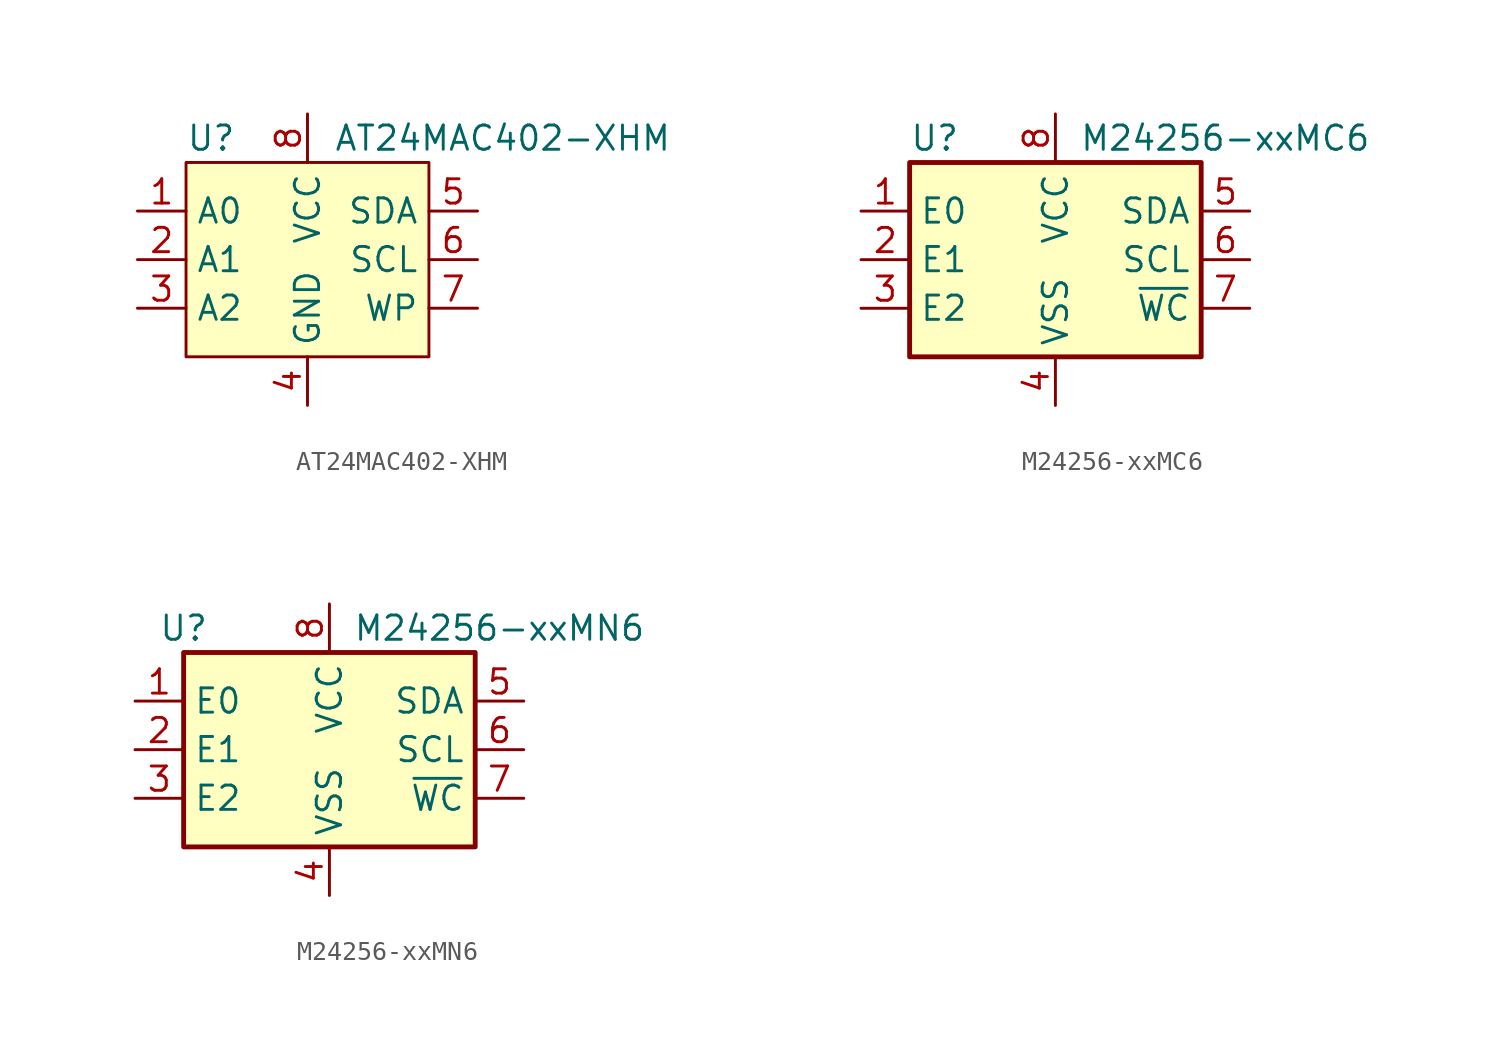
<source format=kicad_sym>
(kicad_symbol_lib
  (version 20220914)
  (generator kicad_symbol_editor)
  (symbol "AT24MAC402-XHM"
    (property "Reference" "U"
      (at -6.35 6.35 0)
      (effects (font (size 1.27 1.27)) (justify left)))
    (property "Value" "AT24MAC402-XHM"
      (at 19.05 6.35 0)
      (effects (font (size 1.27 1.27)) (justify right)))
    (symbol "AT24MAC402-XHM_1_1"
      (rectangle (start -6.35 5.08) (end 6.35 -5.08) (stroke (width 0) (type default)) (fill (type background)))
      (pin input line (at -8.89 2.54 0) (length 2.54) (name "A0" (effects (font (size 1.27 1.27)))) (number "1" (effects (font (size 1.27 1.27)))))
      (pin input line (at -8.89 0 0) (length 2.54) (name "A1" (effects (font (size 1.27 1.27)))) (number "2" (effects (font (size 1.27 1.27)))))
      (pin input line (at -8.89 -2.54 0) (length 2.54) (name "A2" (effects (font (size 1.27 1.27)))) (number "3" (effects (font (size 1.27 1.27)))))
      (pin power_in line (at 0 -7.62 90) (length 2.54) (name "GND" (effects (font (size 1.27 1.27)))) (number "4" (effects (font (size 1.27 1.27)))))
      (pin bidirectional line (at 8.89 2.54 180) (length 2.54) (name "SDA" (effects (font (size 1.27 1.27)))) (number "5" (effects (font (size 1.27 1.27)))))
      (pin input line (at 8.89 0 180) (length 2.54) (name "SCL" (effects (font (size 1.27 1.27)))) (number "6" (effects (font (size 1.27 1.27)))))
      (pin input line (at 8.89 -2.54 180) (length 2.54) (name "WP" (effects (font (size 1.27 1.27)))) (number "7" (effects (font (size 1.27 1.27)))))
      (pin power_in line (at 0 7.62 270) (length 2.54) (name "VCC" (effects (font (size 1.27 1.27)))) (number "8" (effects (font (size 1.27 1.27)))))))
  (symbol "M24256-xxMC6"
    (property "Reference" "U"
      (at -7.62 6.35 0)
      (effects (font (size 1.27 1.27)) (justify left)))
    (property "Value" "M24256-xxMC6"
      (at 16.51 6.35 0)
      (effects (font (size 1.27 1.27)) (justify right)))
    (symbol "M24256-xxMC6_0_1"
      (rectangle (start -7.62 5.08) (end 7.62 -5.08) (stroke (width 0.254) (type default)) (fill (type background))))
    (symbol "M24256-xxMC6_1_1"
      (pin input line (at -10.16 2.54 0) (length 2.54) (name "E0" (effects (font (size 1.27 1.27)))) (number "1" (effects (font (size 1.27 1.27)))))
      (pin input line (at -10.16 0 0) (length 2.54) (name "E1" (effects (font (size 1.27 1.27)))) (number "2" (effects (font (size 1.27 1.27)))))
      (pin input line (at -10.16 -2.54 0) (length 2.54) (name "E2" (effects (font (size 1.27 1.27)))) (number "3" (effects (font (size 1.27 1.27)))))
      (pin power_in line (at 0 -7.62 90) (length 2.54) (name "VSS" (effects (font (size 1.27 1.27)))) (number "4" (effects (font (size 1.27 1.27)))))
      (pin bidirectional line (at 10.16 2.54 180) (length 2.54) (name "SDA" (effects (font (size 1.27 1.27)))) (number "5" (effects (font (size 1.27 1.27)))))
      (pin input line (at 10.16 0 180) (length 2.54) (name "SCL" (effects (font (size 1.27 1.27)))) (number "6" (effects (font (size 1.27 1.27)))))
      (pin input line (at 10.16 -2.54 180) (length 2.54) (name "~{WC}" (effects (font (size 1.27 1.27)))) (number "7" (effects (font (size 1.27 1.27)))))
      (pin power_in line (at 0 7.62 270) (length 2.54) (name "VCC" (effects (font (size 1.27 1.27)))) (number "8" (effects (font (size 1.27 1.27)))))
      (pin passive line (at 0 -7.62 90) (length 2.54) hide (name "VSS" (effects (font (size 1.27 1.27)))) (number "9" (effects (font (size 1.27 1.27)))))))
  (symbol "M24256-xxMN6"
    (property "Reference" "U"
      (at -7.62 6.35 0)
      (effects (font (size 1.27 1.27))))
    (property "Value" "M24256-xxMN6"
      (at 8.89 6.35 0)
      (effects (font (size 1.27 1.27))))
    (symbol "M24256-xxMN6_0_1"
      (rectangle (start -7.62 5.08) (end 7.62 -5.08) (stroke (width 0.254) (type default)) (fill (type background))))
    (symbol "M24256-xxMN6_1_1"
      (pin input line (at -10.16 2.54 0) (length 2.54) (name "E0" (effects (font (size 1.27 1.27)))) (number "1" (effects (font (size 1.27 1.27)))))
      (pin input line (at -10.16 0 0) (length 2.54) (name "E1" (effects (font (size 1.27 1.27)))) (number "2" (effects (font (size 1.27 1.27)))))
      (pin input line (at -10.16 -2.54 0) (length 2.54) (name "E2" (effects (font (size 1.27 1.27)))) (number "3" (effects (font (size 1.27 1.27)))))
      (pin power_in line (at 0 -7.62 90) (length 2.54) (name "VSS" (effects (font (size 1.27 1.27)))) (number "4" (effects (font (size 1.27 1.27)))))
      (pin bidirectional line (at 10.16 2.54 180) (length 2.54) (name "SDA" (effects (font (size 1.27 1.27)))) (number "5" (effects (font (size 1.27 1.27)))))
      (pin input line (at 10.16 0 180) (length 2.54) (name "SCL" (effects (font (size 1.27 1.27)))) (number "6" (effects (font (size 1.27 1.27)))))
      (pin input line (at 10.16 -2.54 180) (length 2.54) (name "~{WC}" (effects (font (size 1.27 1.27)))) (number "7" (effects (font (size 1.27 1.27)))))
      (pin power_in line (at 0 7.62 270) (length 2.54) (name "VCC" (effects (font (size 1.27 1.27)))) (number "8" (effects (font (size 1.27 1.27))))))))
</source>
